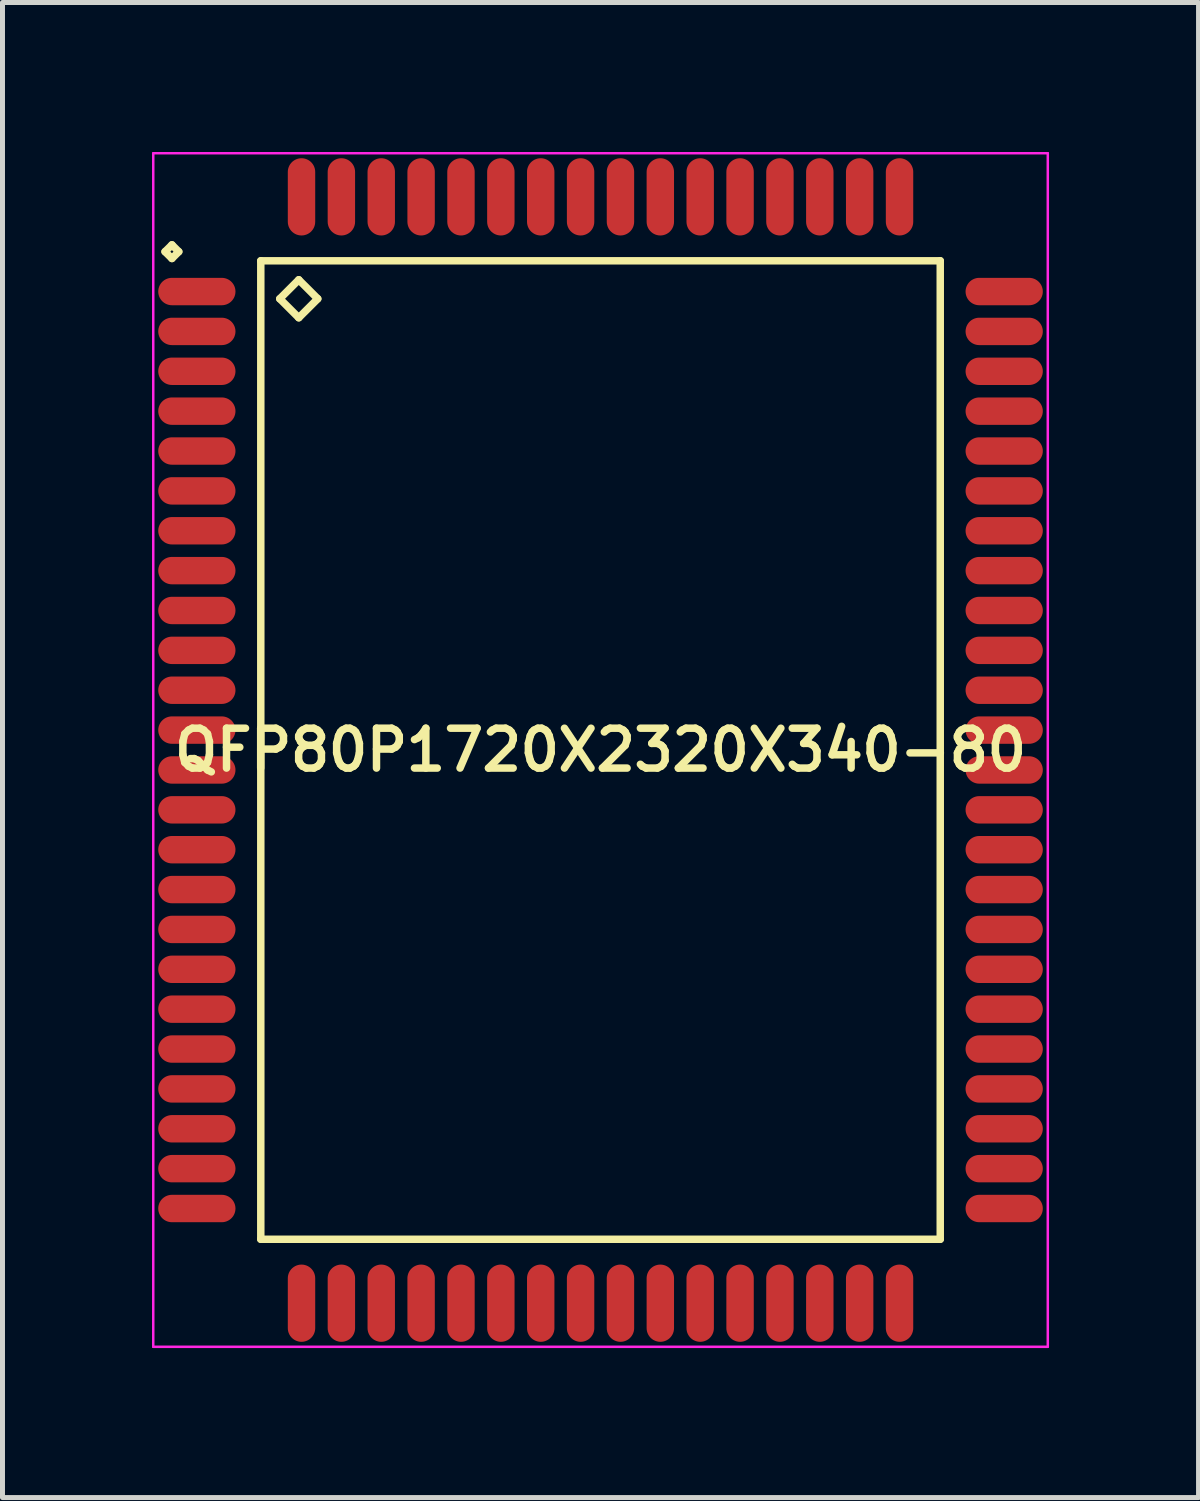
<source format=kicad_pcb>
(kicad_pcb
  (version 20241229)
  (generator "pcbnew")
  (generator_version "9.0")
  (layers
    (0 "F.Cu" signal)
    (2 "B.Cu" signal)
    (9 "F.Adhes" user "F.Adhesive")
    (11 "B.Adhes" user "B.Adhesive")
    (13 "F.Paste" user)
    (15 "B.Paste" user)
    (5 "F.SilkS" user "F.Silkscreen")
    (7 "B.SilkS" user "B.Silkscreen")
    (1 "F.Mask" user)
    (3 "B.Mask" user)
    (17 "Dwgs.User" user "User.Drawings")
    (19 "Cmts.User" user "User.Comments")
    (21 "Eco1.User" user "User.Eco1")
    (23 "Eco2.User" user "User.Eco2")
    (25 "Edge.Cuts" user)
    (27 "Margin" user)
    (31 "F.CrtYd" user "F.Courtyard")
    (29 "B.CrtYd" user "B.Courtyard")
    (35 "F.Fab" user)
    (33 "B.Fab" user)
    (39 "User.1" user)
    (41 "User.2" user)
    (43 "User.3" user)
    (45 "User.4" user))
  (footprint "QFP80P1720X2320X340-80"
    (layer "F.Cu")
    (at 9 12)
    (property "Reference" "QFP80P1720X2320X340-80" (at 0 0 0) (layer "F.SilkS") (effects (font (size 0.8 0.8) (thickness 0.15))))
    (attr smd)
    (fp_line (start -8.738 -10) (end -8.6 -10.137) (stroke (width 0.15) (type solid)) (layer "F.SilkS"))
    (fp_line (start -8.6 -10.137) (end -8.463 -10) (stroke (width 0.15) (type solid)) (layer "F.SilkS"))
    (fp_line (start -8.6 -9.863) (end -8.738 -10) (stroke (width 0.15) (type solid)) (layer "F.SilkS"))
    (fp_line (start -8.463 -10) (end -8.6 -9.863) (stroke (width 0.15) (type solid)) (layer "F.SilkS"))
    (fp_line (start -6.817 -9.817) (end -6.817 9.817) (stroke (width 0.15) (type solid)) (layer "F.SilkS"))
    (fp_line (start -6.817 9.817) (end 6.817 9.817) (stroke (width 0.15) (type solid)) (layer "F.SilkS"))
    (fp_line (start -6.436 -9.055) (end -6.055 -9.436) (stroke (width 0.15) (type solid)) (layer "F.SilkS"))
    (fp_line (start -6.055 -9.436) (end -5.674 -9.055) (stroke (width 0.15) (type solid)) (layer "F.SilkS"))
    (fp_line (start -6.055 -8.674) (end -6.436 -9.055) (stroke (width 0.15) (type solid)) (layer "F.SilkS"))
    (fp_line (start -5.674 -9.055) (end -6.055 -8.674) (stroke (width 0.15) (type solid)) (layer "F.SilkS"))
    (fp_line (start 6.817 -9.817) (end -6.817 -9.817) (stroke (width 0.15) (type solid)) (layer "F.SilkS"))
    (fp_line (start 6.817 9.817) (end 6.817 -9.817) (stroke (width 0.15) (type solid)) (layer "F.SilkS"))
    (fp_line (start -8.975 -11.975) (end 8.975 -11.975) (stroke (width 0.05) (type solid)) (layer "F.CrtYd"))
    (fp_line (start -8.975 11.975) (end -8.975 -11.975) (stroke (width 0.05) (type solid)) (layer "F.CrtYd"))
    (fp_line (start 8.975 -11.975) (end 8.975 11.975) (stroke (width 0.05) (type solid)) (layer "F.CrtYd"))
    (fp_line (start 8.975 11.975) (end -8.975 11.975) (stroke (width 0.05) (type solid)) (layer "F.CrtYd"))
    (pad "1" smd oval (at -8.1 -9.2) (size 1.55 0.55) (layers "F.Cu" "F.Mask" "F.Paste"))
    (pad "2" smd oval (at -8.1 -8.4) (size 1.55 0.55) (layers "F.Cu" "F.Mask" "F.Paste"))
    (pad "3" smd oval (at -8.1 -7.6) (size 1.55 0.55) (layers "F.Cu" "F.Mask" "F.Paste"))
    (pad "4" smd oval (at -8.1 -6.8) (size 1.55 0.55) (layers "F.Cu" "F.Mask" "F.Paste"))
    (pad "5" smd oval (at -8.1 -6) (size 1.55 0.55) (layers "F.Cu" "F.Mask" "F.Paste"))
    (pad "6" smd oval (at -8.1 -5.2) (size 1.55 0.55) (layers "F.Cu" "F.Mask" "F.Paste"))
    (pad "7" smd oval (at -8.1 -4.4) (size 1.55 0.55) (layers "F.Cu" "F.Mask" "F.Paste"))
    (pad "8" smd oval (at -8.1 -3.6) (size 1.55 0.55) (layers "F.Cu" "F.Mask" "F.Paste"))
    (pad "9" smd oval (at -8.1 -2.8) (size 1.55 0.55) (layers "F.Cu" "F.Mask" "F.Paste"))
    (pad "10" smd oval (at -8.1 -2) (size 1.55 0.55) (layers "F.Cu" "F.Mask" "F.Paste"))
    (pad "11" smd oval (at -8.1 -1.2) (size 1.55 0.55) (layers "F.Cu" "F.Mask" "F.Paste"))
    (pad "12" smd oval (at -8.1 -0.4) (size 1.55 0.55) (layers "F.Cu" "F.Mask" "F.Paste"))
    (pad "13" smd oval (at -8.1 0.4) (size 1.55 0.55) (layers "F.Cu" "F.Mask" "F.Paste"))
    (pad "14" smd oval (at -8.1 1.2) (size 1.55 0.55) (layers "F.Cu" "F.Mask" "F.Paste"))
    (pad "15" smd oval (at -8.1 2) (size 1.55 0.55) (layers "F.Cu" "F.Mask" "F.Paste"))
    (pad "16" smd oval (at -8.1 2.8) (size 1.55 0.55) (layers "F.Cu" "F.Mask" "F.Paste"))
    (pad "17" smd oval (at -8.1 3.6) (size 1.55 0.55) (layers "F.Cu" "F.Mask" "F.Paste"))
    (pad "18" smd oval (at -8.1 4.4) (size 1.55 0.55) (layers "F.Cu" "F.Mask" "F.Paste"))
    (pad "19" smd oval (at -8.1 5.2) (size 1.55 0.55) (layers "F.Cu" "F.Mask" "F.Paste"))
    (pad "20" smd oval (at -8.1 6) (size 1.55 0.55) (layers "F.Cu" "F.Mask" "F.Paste"))
    (pad "21" smd oval (at -8.1 6.8) (size 1.55 0.55) (layers "F.Cu" "F.Mask" "F.Paste"))
    (pad "22" smd oval (at -8.1 7.6) (size 1.55 0.55) (layers "F.Cu" "F.Mask" "F.Paste"))
    (pad "23" smd oval (at -8.1 8.4) (size 1.55 0.55) (layers "F.Cu" "F.Mask" "F.Paste"))
    (pad "24" smd oval (at -8.1 9.2) (size 1.55 0.55) (layers "F.Cu" "F.Mask" "F.Paste"))
    (pad "25" smd oval (at -6 11.1) (size 0.55 1.55) (layers "F.Cu" "F.Mask" "F.Paste"))
    (pad "26" smd oval (at -5.2 11.1) (size 0.55 1.55) (layers "F.Cu" "F.Mask" "F.Paste"))
    (pad "27" smd oval (at -4.4 11.1) (size 0.55 1.55) (layers "F.Cu" "F.Mask" "F.Paste"))
    (pad "28" smd oval (at -3.6 11.1) (size 0.55 1.55) (layers "F.Cu" "F.Mask" "F.Paste"))
    (pad "29" smd oval (at -2.8 11.1) (size 0.55 1.55) (layers "F.Cu" "F.Mask" "F.Paste"))
    (pad "30" smd oval (at -2 11.1) (size 0.55 1.55) (layers "F.Cu" "F.Mask" "F.Paste"))
    (pad "31" smd oval (at -1.2 11.1) (size 0.55 1.55) (layers "F.Cu" "F.Mask" "F.Paste"))
    (pad "32" smd oval (at -0.4 11.1) (size 0.55 1.55) (layers "F.Cu" "F.Mask" "F.Paste"))
    (pad "33" smd oval (at 0.4 11.1) (size 0.55 1.55) (layers "F.Cu" "F.Mask" "F.Paste"))
    (pad "34" smd oval (at 1.2 11.1) (size 0.55 1.55) (layers "F.Cu" "F.Mask" "F.Paste"))
    (pad "35" smd oval (at 2 11.1) (size 0.55 1.55) (layers "F.Cu" "F.Mask" "F.Paste"))
    (pad "36" smd oval (at 2.8 11.1) (size 0.55 1.55) (layers "F.Cu" "F.Mask" "F.Paste"))
    (pad "37" smd oval (at 3.6 11.1) (size 0.55 1.55) (layers "F.Cu" "F.Mask" "F.Paste"))
    (pad "38" smd oval (at 4.4 11.1) (size 0.55 1.55) (layers "F.Cu" "F.Mask" "F.Paste"))
    (pad "39" smd oval (at 5.2 11.1) (size 0.55 1.55) (layers "F.Cu" "F.Mask" "F.Paste"))
    (pad "40" smd oval (at 6 11.1) (size 0.55 1.55) (layers "F.Cu" "F.Mask" "F.Paste"))
    (pad "41" smd oval (at 8.1 9.2) (size 1.55 0.55) (layers "F.Cu" "F.Mask" "F.Paste"))
    (pad "42" smd oval (at 8.1 8.4) (size 1.55 0.55) (layers "F.Cu" "F.Mask" "F.Paste"))
    (pad "43" smd oval (at 8.1 7.6) (size 1.55 0.55) (layers "F.Cu" "F.Mask" "F.Paste"))
    (pad "44" smd oval (at 8.1 6.8) (size 1.55 0.55) (layers "F.Cu" "F.Mask" "F.Paste"))
    (pad "45" smd oval (at 8.1 6) (size 1.55 0.55) (layers "F.Cu" "F.Mask" "F.Paste"))
    (pad "46" smd oval (at 8.1 5.2) (size 1.55 0.55) (layers "F.Cu" "F.Mask" "F.Paste"))
    (pad "47" smd oval (at 8.1 4.4) (size 1.55 0.55) (layers "F.Cu" "F.Mask" "F.Paste"))
    (pad "48" smd oval (at 8.1 3.6) (size 1.55 0.55) (layers "F.Cu" "F.Mask" "F.Paste"))
    (pad "49" smd oval (at 8.1 2.8) (size 1.55 0.55) (layers "F.Cu" "F.Mask" "F.Paste"))
    (pad "50" smd oval (at 8.1 2) (size 1.55 0.55) (layers "F.Cu" "F.Mask" "F.Paste"))
    (pad "51" smd oval (at 8.1 1.2) (size 1.55 0.55) (layers "F.Cu" "F.Mask" "F.Paste"))
    (pad "52" smd oval (at 8.1 0.4) (size 1.55 0.55) (layers "F.Cu" "F.Mask" "F.Paste"))
    (pad "53" smd oval (at 8.1 -0.4) (size 1.55 0.55) (layers "F.Cu" "F.Mask" "F.Paste"))
    (pad "54" smd oval (at 8.1 -1.2) (size 1.55 0.55) (layers "F.Cu" "F.Mask" "F.Paste"))
    (pad "55" smd oval (at 8.1 -2) (size 1.55 0.55) (layers "F.Cu" "F.Mask" "F.Paste"))
    (pad "56" smd oval (at 8.1 -2.8) (size 1.55 0.55) (layers "F.Cu" "F.Mask" "F.Paste"))
    (pad "57" smd oval (at 8.1 -3.6) (size 1.55 0.55) (layers "F.Cu" "F.Mask" "F.Paste"))
    (pad "58" smd oval (at 8.1 -4.4) (size 1.55 0.55) (layers "F.Cu" "F.Mask" "F.Paste"))
    (pad "59" smd oval (at 8.1 -5.2) (size 1.55 0.55) (layers "F.Cu" "F.Mask" "F.Paste"))
    (pad "60" smd oval (at 8.1 -6) (size 1.55 0.55) (layers "F.Cu" "F.Mask" "F.Paste"))
    (pad "61" smd oval (at 8.1 -6.8) (size 1.55 0.55) (layers "F.Cu" "F.Mask" "F.Paste"))
    (pad "62" smd oval (at 8.1 -7.6) (size 1.55 0.55) (layers "F.Cu" "F.Mask" "F.Paste"))
    (pad "63" smd oval (at 8.1 -8.4) (size 1.55 0.55) (layers "F.Cu" "F.Mask" "F.Paste"))
    (pad "64" smd oval (at 8.1 -9.2) (size 1.55 0.55) (layers "F.Cu" "F.Mask" "F.Paste"))
    (pad "65" smd oval (at 6 -11.1) (size 0.55 1.55) (layers "F.Cu" "F.Mask" "F.Paste"))
    (pad "66" smd oval (at 5.2 -11.1) (size 0.55 1.55) (layers "F.Cu" "F.Mask" "F.Paste"))
    (pad "67" smd oval (at 4.4 -11.1) (size 0.55 1.55) (layers "F.Cu" "F.Mask" "F.Paste"))
    (pad "68" smd oval (at 3.6 -11.1) (size 0.55 1.55) (layers "F.Cu" "F.Mask" "F.Paste"))
    (pad "69" smd oval (at 2.8 -11.1) (size 0.55 1.55) (layers "F.Cu" "F.Mask" "F.Paste"))
    (pad "70" smd oval (at 2 -11.1) (size 0.55 1.55) (layers "F.Cu" "F.Mask" "F.Paste"))
    (pad "71" smd oval (at 1.2 -11.1) (size 0.55 1.55) (layers "F.Cu" "F.Mask" "F.Paste"))
    (pad "72" smd oval (at 0.4 -11.1) (size 0.55 1.55) (layers "F.Cu" "F.Mask" "F.Paste"))
    (pad "73" smd oval (at -0.4 -11.1) (size 0.55 1.55) (layers "F.Cu" "F.Mask" "F.Paste"))
    (pad "74" smd oval (at -1.2 -11.1) (size 0.55 1.55) (layers "F.Cu" "F.Mask" "F.Paste"))
    (pad "75" smd oval (at -2 -11.1) (size 0.55 1.55) (layers "F.Cu" "F.Mask" "F.Paste"))
    (pad "76" smd oval (at -2.8 -11.1) (size 0.55 1.55) (layers "F.Cu" "F.Mask" "F.Paste"))
    (pad "77" smd oval (at -3.6 -11.1) (size 0.55 1.55) (layers "F.Cu" "F.Mask" "F.Paste"))
    (pad "78" smd oval (at -4.4 -11.1) (size 0.55 1.55) (layers "F.Cu" "F.Mask" "F.Paste"))
    (pad "79" smd oval (at -5.2 -11.1) (size 0.55 1.55) (layers "F.Cu" "F.Mask" "F.Paste"))
    (pad "80" smd oval (at -6 -11.1) (size 0.55 1.55) (layers "F.Cu" "F.Mask" "F.Paste")))
  (gr_rect
    (start -3 -3)
    (end 21 27)
    (stroke (width 0.1) (type default))
    (fill no)
    (layer "Edge.Cuts")))
</source>
